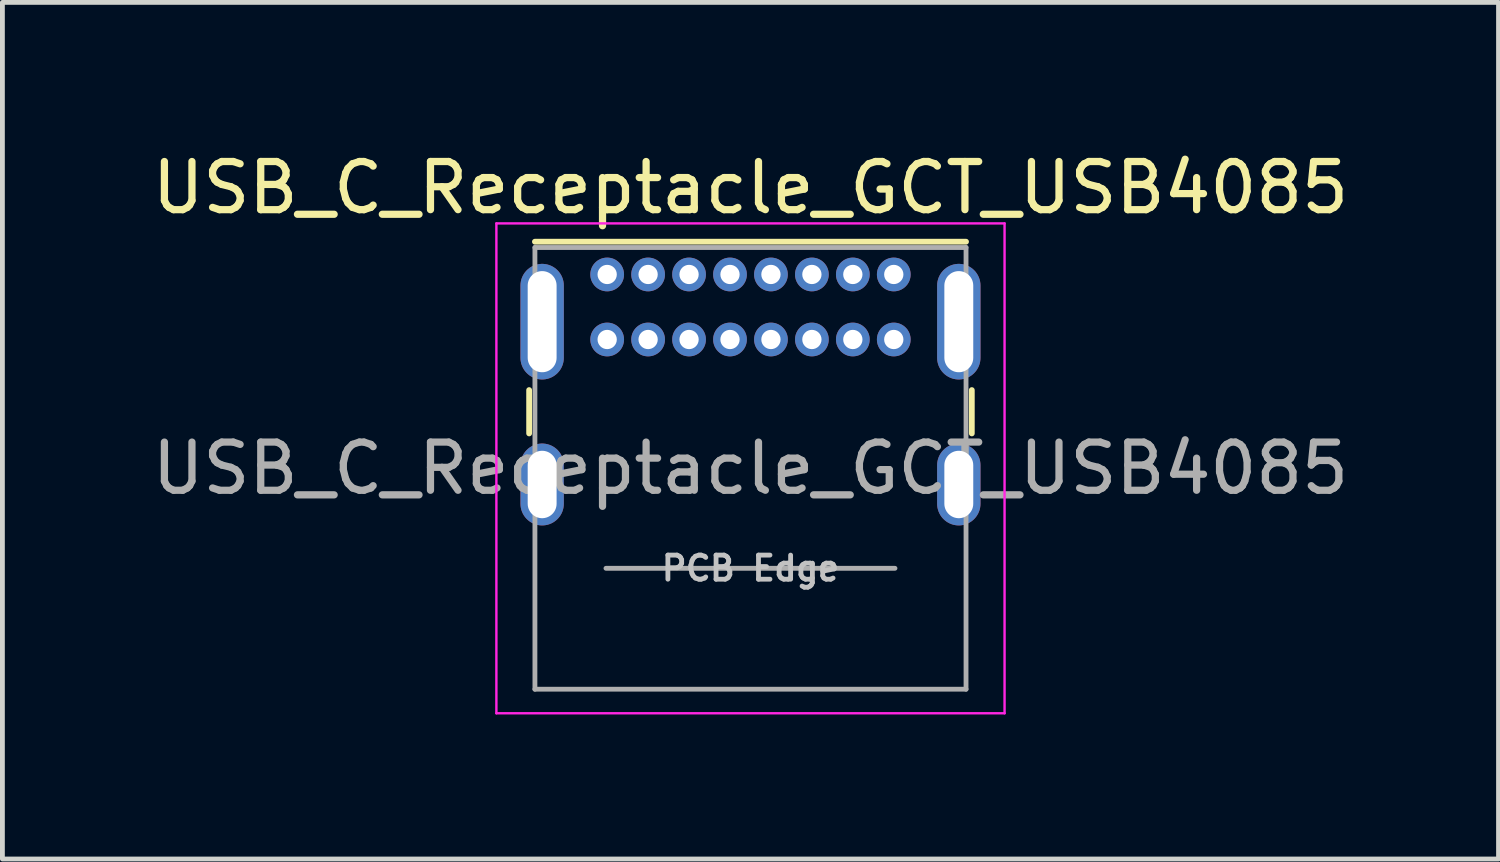
<source format=kicad_pcb>
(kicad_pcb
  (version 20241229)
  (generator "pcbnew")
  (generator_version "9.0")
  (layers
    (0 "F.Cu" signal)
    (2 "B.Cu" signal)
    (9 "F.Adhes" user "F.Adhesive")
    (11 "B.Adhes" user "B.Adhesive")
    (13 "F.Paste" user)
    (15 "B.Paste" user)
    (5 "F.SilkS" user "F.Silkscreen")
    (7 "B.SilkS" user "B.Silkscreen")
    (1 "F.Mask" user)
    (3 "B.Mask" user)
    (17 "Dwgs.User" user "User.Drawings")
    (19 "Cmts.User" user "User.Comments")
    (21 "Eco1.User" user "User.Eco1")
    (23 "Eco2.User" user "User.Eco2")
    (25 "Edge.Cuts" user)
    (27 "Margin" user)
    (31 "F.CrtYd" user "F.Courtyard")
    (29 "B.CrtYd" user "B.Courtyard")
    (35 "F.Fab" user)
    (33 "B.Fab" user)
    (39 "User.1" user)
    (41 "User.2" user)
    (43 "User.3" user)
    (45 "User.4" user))
  (footprint "USB_C_Receptacle_GCT_USB4085"
    (layer "F.Cu")
    (at 9.555 2.648)
    (property "Reference" "USB_C_Receptacle_GCT_USB4085" (at 2.975 -1.8 0) (layer "F.SilkS") (effects (font (size 1 1) (thickness 0.15))))
    (attr through_hole)
    (fp_line (start -1.62 2.4) (end -1.62 3.3) (stroke (width 0.12) (type solid)) (layer "F.SilkS"))
    (fp_line (start -1.5 -0.68) (end 7.45 -0.68) (stroke (width 0.12) (type solid)) (layer "F.SilkS"))
    (fp_line (start 7.57 2.4) (end 7.57 3.3) (stroke (width 0.12) (type solid)) (layer "F.SilkS"))
    (fp_line (start -2.3 -1.06) (end -2.3 9.11) (stroke (width 0.05) (type solid)) (layer "F.CrtYd"))
    (fp_line (start -2.3 -1.06) (end 8.25 -1.06) (stroke (width 0.05) (type solid)) (layer "F.CrtYd"))
    (fp_line (start -2.3 9.11) (end 8.25 9.11) (stroke (width 0.05) (type solid)) (layer "F.CrtYd"))
    (fp_line (start 8.25 -1.06) (end 8.25 9.11) (stroke (width 0.05) (type solid)) (layer "F.CrtYd"))
    (fp_line (start -1.5 -0.56) (end -1.5 8.61) (stroke (width 0.1) (type solid)) (layer "F.Fab"))
    (fp_line (start -1.5 -0.56) (end 7.45 -0.56) (stroke (width 0.1) (type solid)) (layer "F.Fab"))
    (fp_line (start -1.5 8.61) (end 7.45 8.61) (stroke (width 0.1) (type solid)) (layer "F.Fab"))
    (fp_line (start -0.025 6.1) (end 5.975 6.1) (stroke (width 0.1) (type solid)) (layer "F.Fab"))
    (fp_line (start 7.45 -0.56) (end 7.45 8.61) (stroke (width 0.1) (type solid)) (layer "F.Fab"))
    (fp_text user "PCB Edge" (at 2.975 6.1 0) (layer "Dwgs.User") (effects (font (size 0.5 0.5) (thickness 0.1))))
    (fp_text user "${REFERENCE}" (at 2.975 4.025 0) (layer "F.Fab") (effects (font (size 1 1) (thickness 0.15))))
    (pad "A1" thru_hole circle (at 0 0) (size 0.7 0.7) (drill 0.4) (layers "*.Cu" "*.Mask"))
    (pad "A4" thru_hole circle (at 0.85 0) (size 0.7 0.7) (drill 0.4) (layers "*.Cu" "*.Mask"))
    (pad "A5" thru_hole circle (at 1.7 0) (size 0.7 0.7) (drill 0.4) (layers "*.Cu" "*.Mask"))
    (pad "A6" thru_hole circle (at 2.55 0) (size 0.7 0.7) (drill 0.4) (layers "*.Cu" "*.Mask"))
    (pad "A7" thru_hole circle (at 3.4 0) (size 0.7 0.7) (drill 0.4) (layers "*.Cu" "*.Mask"))
    (pad "A8" thru_hole circle (at 4.25 0) (size 0.7 0.7) (drill 0.4) (layers "*.Cu" "*.Mask"))
    (pad "A9" thru_hole circle (at 5.1 0) (size 0.7 0.7) (drill 0.4) (layers "*.Cu" "*.Mask"))
    (pad "A12" thru_hole circle (at 5.95 0) (size 0.7 0.7) (drill 0.4) (layers "*.Cu" "*.Mask"))
    (pad "B1" thru_hole circle (at 5.95 1.35) (size 0.7 0.7) (drill 0.4) (layers "*.Cu" "*.Mask"))
    (pad "B4" thru_hole circle (at 5.1 1.35) (size 0.7 0.7) (drill 0.4) (layers "*.Cu" "*.Mask"))
    (pad "B5" thru_hole circle (at 4.25 1.35) (size 0.7 0.7) (drill 0.4) (layers "*.Cu" "*.Mask"))
    (pad "B6" thru_hole circle (at 3.4 1.35) (size 0.7 0.7) (drill 0.4) (layers "*.Cu" "*.Mask"))
    (pad "B7" thru_hole circle (at 2.55 1.35) (size 0.7 0.7) (drill 0.4) (layers "*.Cu" "*.Mask"))
    (pad "B8" thru_hole circle (at 1.7 1.35) (size 0.7 0.7) (drill 0.4) (layers "*.Cu" "*.Mask"))
    (pad "B9" thru_hole circle (at 0.85 1.35) (size 0.7 0.7) (drill 0.4) (layers "*.Cu" "*.Mask"))
    (pad "B12" thru_hole circle (at 0 1.35) (size 0.7 0.7) (drill 0.4) (layers "*.Cu" "*.Mask"))
    (pad "S1" thru_hole oval (at -1.35 0.98) (size 0.9 2.4) (drill oval 0.6 2.1) (layers "*.Cu" "*.Mask"))
    (pad "S1" thru_hole oval (at -1.35 4.36) (size 0.9 1.7) (drill oval 0.6 1.4) (layers "*.Cu" "*.Mask"))
    (pad "S1" thru_hole oval (at 7.3 0.98) (size 0.9 2.4) (drill oval 0.6 2.1) (layers "*.Cu" "*.Mask"))
    (pad "S1" thru_hole oval (at 7.3 4.36) (size 0.9 1.7) (drill oval 0.6 1.4) (layers "*.Cu" "*.Mask")))
  (gr_rect
    (start -3 -3)
    (end 28.06 14.783)
    (stroke (width 0.1) (type default))
    (fill no)
    (layer "Edge.Cuts")))
</source>
